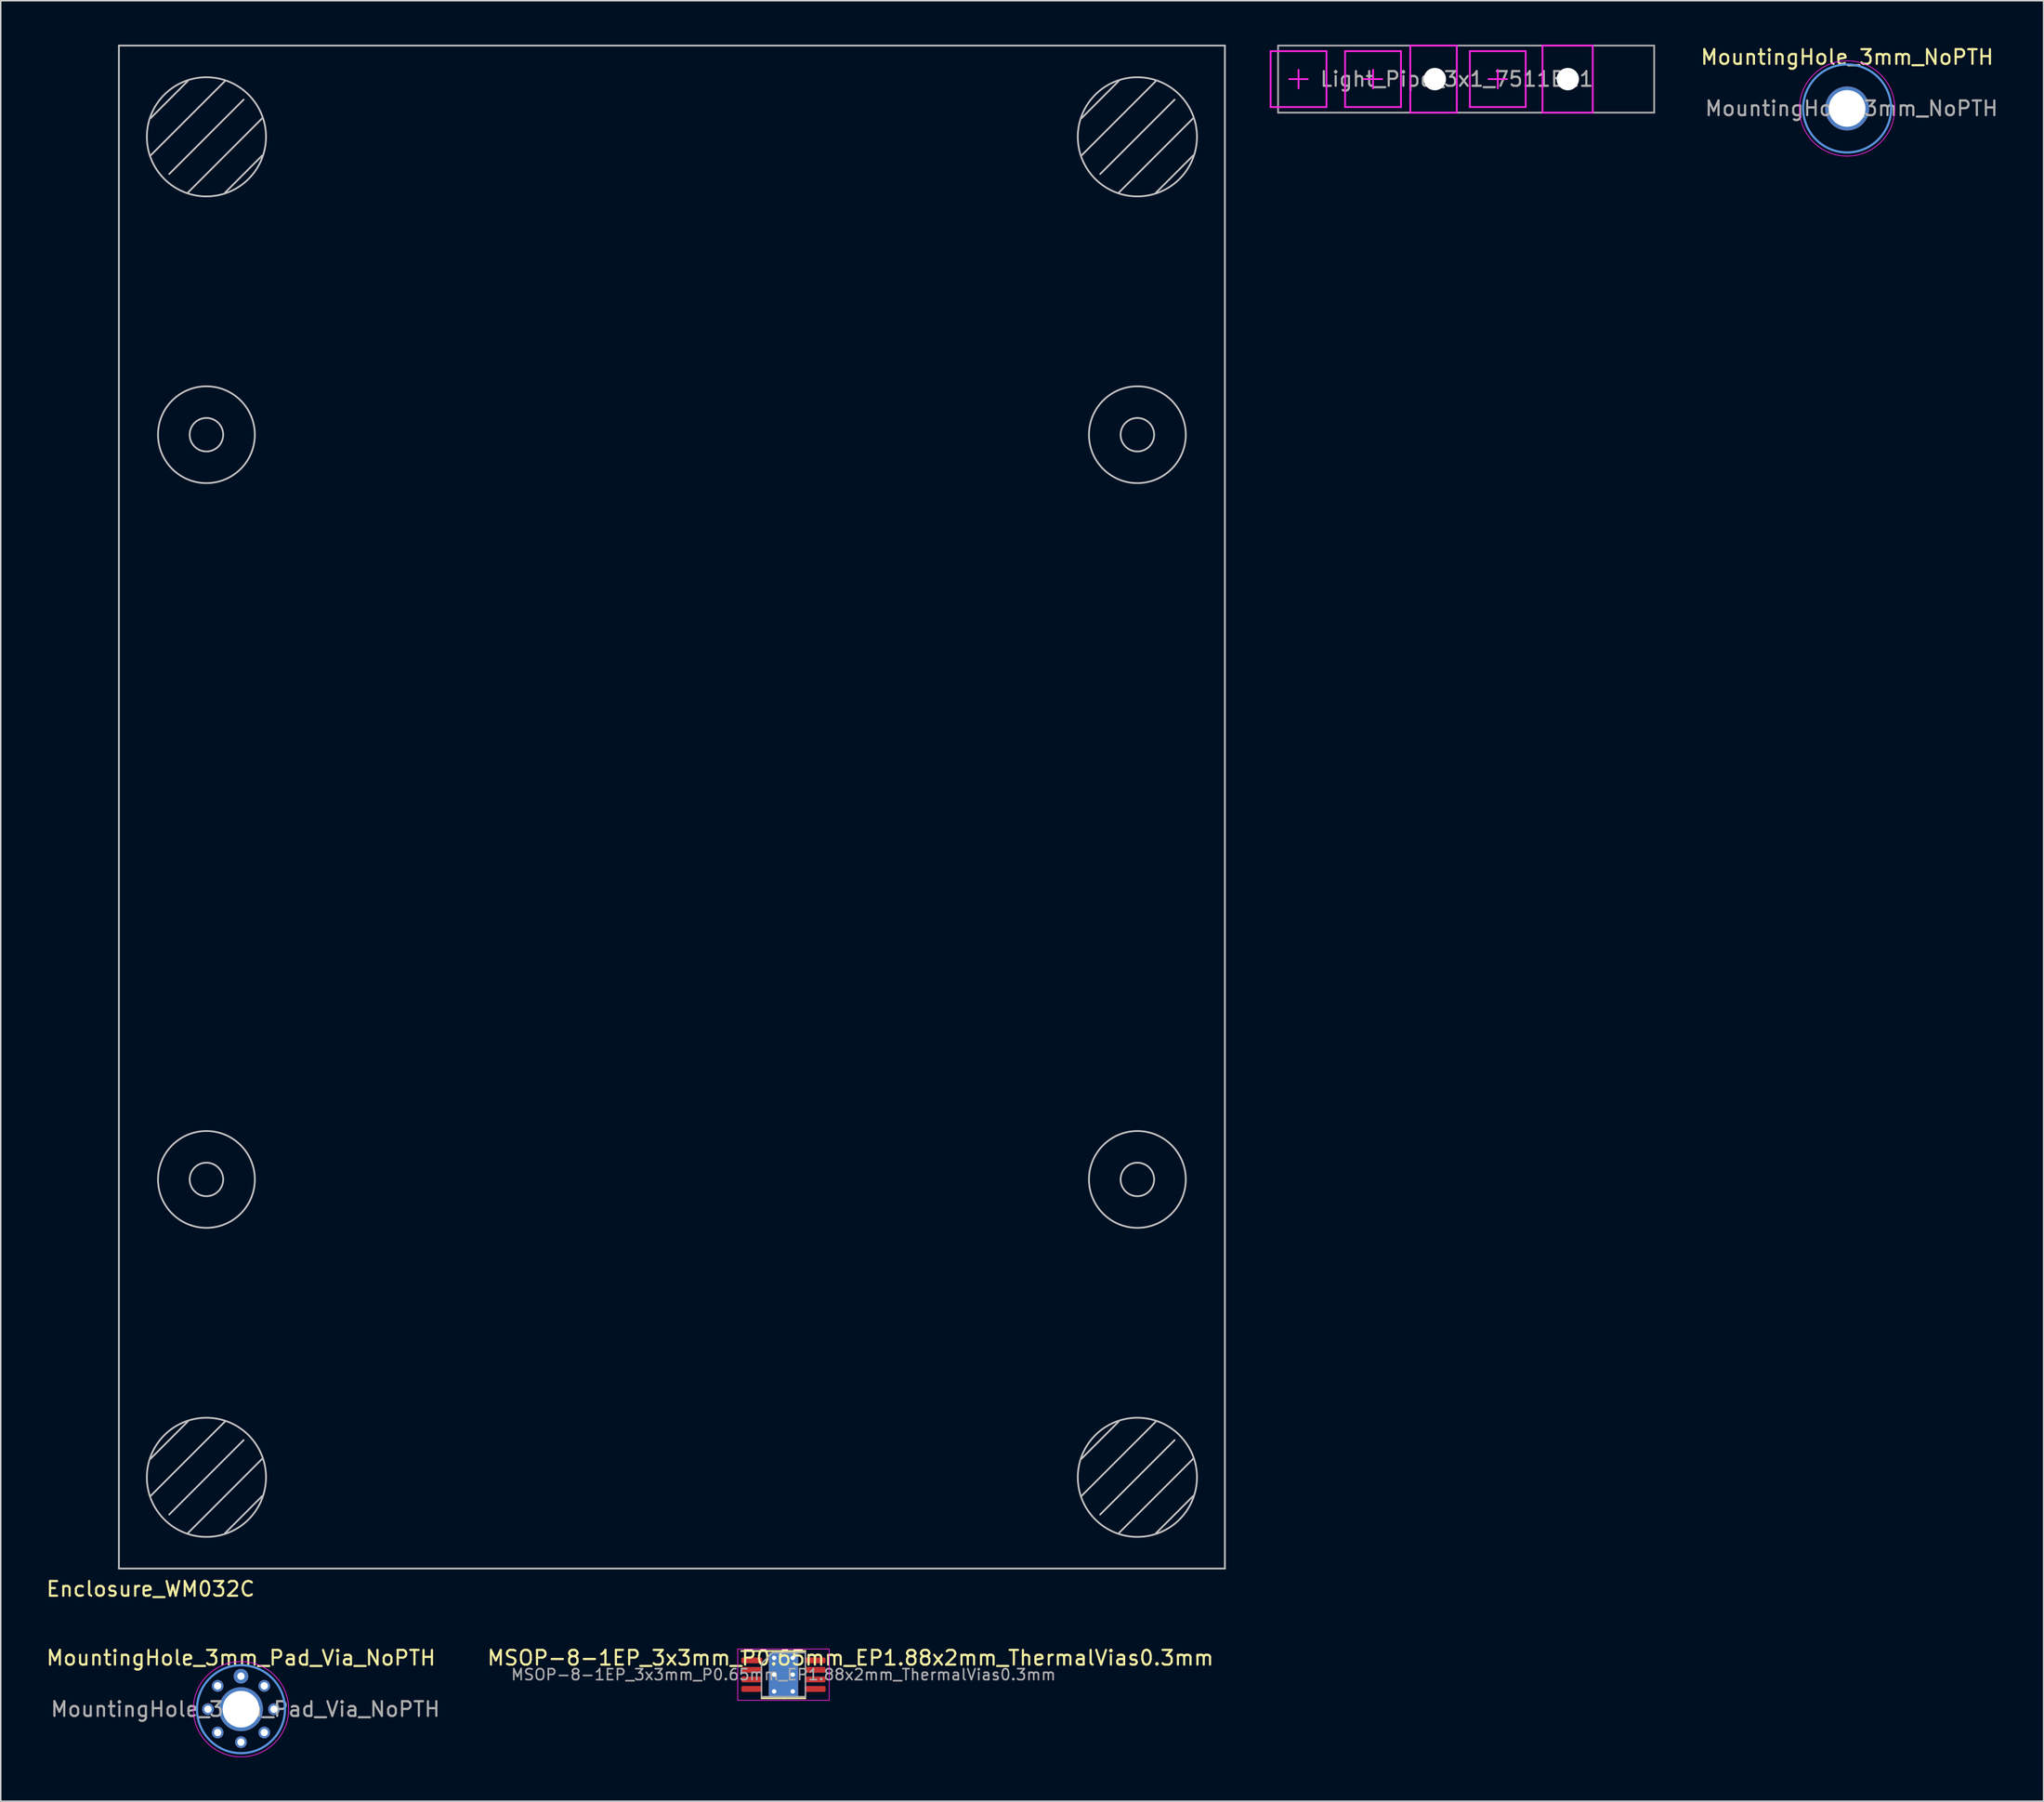
<source format=kicad_pcb>
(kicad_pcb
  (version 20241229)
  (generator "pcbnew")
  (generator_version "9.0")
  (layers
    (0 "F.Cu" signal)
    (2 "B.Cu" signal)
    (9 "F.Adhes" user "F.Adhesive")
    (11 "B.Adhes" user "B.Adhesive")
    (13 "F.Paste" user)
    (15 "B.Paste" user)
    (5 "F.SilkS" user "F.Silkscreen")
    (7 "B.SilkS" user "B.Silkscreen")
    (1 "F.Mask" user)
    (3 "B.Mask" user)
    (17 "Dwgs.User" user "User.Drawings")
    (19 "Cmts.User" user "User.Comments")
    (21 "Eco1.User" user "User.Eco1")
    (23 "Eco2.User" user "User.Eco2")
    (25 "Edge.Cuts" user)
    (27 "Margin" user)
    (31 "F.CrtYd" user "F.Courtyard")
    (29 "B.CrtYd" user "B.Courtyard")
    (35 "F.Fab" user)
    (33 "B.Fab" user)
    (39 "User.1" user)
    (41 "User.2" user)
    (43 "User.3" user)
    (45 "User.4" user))
  (footprint "Light_Pipe_3x1_7511B11"
    (layer "F.Cu")
    (at 90.604 2.346)
    (property "Reference" "Light_Pipe_3x1_7511B11" (at 5.715 0 0) (layer "F.Fab") (effects (font (size 1 1) (thickness 0.15))))
    (attr through_hole)
    (fp_line (start -6.985 -1.905) (end -6.985 1.905) (stroke (width 0.12) (type solid)) (layer "F.CrtYd"))
    (fp_line (start -6.985 1.905) (end -3.175 1.905) (stroke (width 0.12) (type solid)) (layer "F.CrtYd"))
    (fp_line (start -5.715 0) (end -4.445 0) (stroke (width 0.12) (type solid)) (layer "F.CrtYd"))
    (fp_line (start -5.08 -0.635) (end -5.08 0.635) (stroke (width 0.12) (type solid)) (layer "F.CrtYd"))
    (fp_line (start -3.175 -1.905) (end -6.985 -1.905) (stroke (width 0.12) (type solid)) (layer "F.CrtYd"))
    (fp_line (start -3.175 1.905) (end -3.175 -1.905) (stroke (width 0.12) (type solid)) (layer "F.CrtYd"))
    (fp_line (start -1.905 -1.905) (end 1.905 -1.905) (stroke (width 0.12) (type solid)) (layer "F.CrtYd"))
    (fp_line (start -1.905 1.905) (end -1.905 -1.905) (stroke (width 0.12) (type solid)) (layer "F.CrtYd"))
    (fp_line (start -0.635 0) (end 0.635 0) (stroke (width 0.12) (type solid)) (layer "F.CrtYd"))
    (fp_line (start 0 -0.635) (end 0 0.635) (stroke (width 0.12) (type solid)) (layer "F.CrtYd"))
    (fp_line (start 1.905 -1.905) (end 1.905 1.905) (stroke (width 0.12) (type solid)) (layer "F.CrtYd"))
    (fp_line (start 1.905 1.905) (end -1.905 1.905) (stroke (width 0.12) (type solid)) (layer "F.CrtYd"))
    (fp_line (start 2.54 -2.286) (end 5.715 -2.286) (stroke (width 0.12) (type solid)) (layer "F.CrtYd"))
    (fp_line (start 2.54 2.286) (end 2.54 -2.286) (stroke (width 0.12) (type solid)) (layer "F.CrtYd"))
    (fp_line (start 5.715 -2.286) (end 5.715 2.286) (stroke (width 0.12) (type solid)) (layer "F.CrtYd"))
    (fp_line (start 5.715 2.286) (end 2.54 2.286) (stroke (width 0.12) (type solid)) (layer "F.CrtYd"))
    (fp_line (start 6.604 -1.905) (end 10.414 -1.905) (stroke (width 0.12) (type solid)) (layer "F.CrtYd"))
    (fp_line (start 6.604 1.905) (end 6.604 -1.905) (stroke (width 0.12) (type solid)) (layer "F.CrtYd"))
    (fp_line (start 7.874 0) (end 9.144 0) (stroke (width 0.12) (type solid)) (layer "F.CrtYd"))
    (fp_line (start 8.509 -0.635) (end 8.509 0.635) (stroke (width 0.12) (type solid)) (layer "F.CrtYd"))
    (fp_line (start 10.414 -1.905) (end 10.414 1.905) (stroke (width 0.12) (type solid)) (layer "F.CrtYd"))
    (fp_line (start 10.414 1.905) (end 6.604 1.905) (stroke (width 0.12) (type solid)) (layer "F.CrtYd"))
    (fp_line (start 11.557 -2.286) (end 14.986 -2.286) (stroke (width 0.12) (type solid)) (layer "F.CrtYd"))
    (fp_line (start 11.557 2.286) (end 11.557 -2.286) (stroke (width 0.12) (type solid)) (layer "F.CrtYd"))
    (fp_line (start 14.986 -2.286) (end 14.986 2.286) (stroke (width 0.12) (type solid)) (layer "F.CrtYd"))
    (fp_line (start 14.986 2.286) (end 11.557 2.286) (stroke (width 0.12) (type solid)) (layer "F.CrtYd"))
    (fp_line (start -6.477 -2.286) (end 19.177 -2.286) (stroke (width 0.12) (type solid)) (layer "F.Fab"))
    (fp_line (start -6.477 2.286) (end -6.477 -2.286) (stroke (width 0.12) (type solid)) (layer "F.Fab"))
    (fp_line (start -6.477 2.286) (end 19.177 2.286) (stroke (width 0.12) (type solid)) (layer "F.Fab"))
    (fp_line (start 19.177 -2.286) (end 19.177 2.286) (stroke (width 0.12) (type solid)) (layer "F.Fab"))
    (pad "" np_thru_hole circle (at 4.216 0) (size 1.524 1.524) (drill 1.524) (layers "*.Cu" "*.Mask"))
    (pad "" np_thru_hole circle (at 13.284 0) (size 1.524 1.524) (drill 1.524) (layers "*.Cu" "*.Mask")))
  (footprint "MountingHole_3mm_NoPTH"
    (layer "F.Cu")
    (at 122.942 4.348)
    (property "Reference" "MountingHole_3mm_NoPTH" (at 0 -3.5 0) (layer "F.SilkS") (effects (font (size 1 1) (thickness 0.15))))
    (attr exclude_from_pos_files exclude_from_bom)
    (fp_circle (center 0 0) (end 3 0) (stroke (width 0.15) (type solid)) (fill no) (layer "Cmts.User"))
    (fp_circle (center 0 0) (end 3.25 0) (stroke (width 0.05) (type solid)) (fill no) (layer "F.CrtYd"))
    (fp_text user "${REFERENCE}" (at 0.3 0 0) (layer "F.Fab") (effects (font (size 1 1) (thickness 0.15))))
    (pad "" np_thru_hole circle (at 0 0) (size 3 3) (drill 2.5) (layers "*.Cu" "*.Mask")))
  (footprint "Enclosure_WM032C"
    (layer "F.Cu")
    (at 42.78 52.003)
    (property "Reference" "Enclosure_WM032C" (at -35.56 53.34 0) (layer "F.SilkS") (effects (font (size 1 1) (thickness 0.15))))
    (attr through_hole)
    (fp_line (start -37.719 51.943) (end -37.719 -51.943) (stroke (width 0.12) (type solid)) (layer "Dwgs.User"))
    (fp_line (start -37.719 51.943) (end 37.719 51.943) (stroke (width 0.12) (type solid)) (layer "Dwgs.User"))
    (fp_line (start -35.56 -46.99) (end -33.02 -49.53) (stroke (width 0.12) (type solid)) (layer "Dwgs.User"))
    (fp_line (start -35.56 -44.45) (end -30.48 -49.53) (stroke (width 0.12) (type solid)) (layer "Dwgs.User"))
    (fp_line (start -35.56 44.45) (end -33.02 41.91) (stroke (width 0.12) (type solid)) (layer "Dwgs.User"))
    (fp_line (start -35.56 46.99) (end -30.48 41.91) (stroke (width 0.12) (type solid)) (layer "Dwgs.User"))
    (fp_line (start -34.29 -43.18) (end -29.21 -48.26) (stroke (width 0.12) (type solid)) (layer "Dwgs.User"))
    (fp_line (start -34.29 48.26) (end -29.21 43.18) (stroke (width 0.12) (type solid)) (layer "Dwgs.User"))
    (fp_line (start -33.02 -41.91) (end -27.94 -46.99) (stroke (width 0.12) (type solid)) (layer "Dwgs.User"))
    (fp_line (start -33.02 49.53) (end -27.94 44.45) (stroke (width 0.12) (type solid)) (layer "Dwgs.User"))
    (fp_line (start -30.48 -41.91) (end -27.94 -44.45) (stroke (width 0.12) (type solid)) (layer "Dwgs.User"))
    (fp_line (start -30.48 49.53) (end -27.94 46.99) (stroke (width 0.12) (type solid)) (layer "Dwgs.User"))
    (fp_line (start 27.94 -46.99) (end 30.48 -49.53) (stroke (width 0.12) (type solid)) (layer "Dwgs.User"))
    (fp_line (start 27.94 -44.45) (end 33.02 -49.53) (stroke (width 0.12) (type solid)) (layer "Dwgs.User"))
    (fp_line (start 27.94 44.45) (end 30.48 41.91) (stroke (width 0.12) (type solid)) (layer "Dwgs.User"))
    (fp_line (start 27.94 46.99) (end 33.02 41.91) (stroke (width 0.12) (type solid)) (layer "Dwgs.User"))
    (fp_line (start 29.21 -43.18) (end 34.29 -48.26) (stroke (width 0.12) (type solid)) (layer "Dwgs.User"))
    (fp_line (start 29.21 48.26) (end 34.29 43.18) (stroke (width 0.12) (type solid)) (layer "Dwgs.User"))
    (fp_line (start 30.48 -41.91) (end 35.56 -46.99) (stroke (width 0.12) (type solid)) (layer "Dwgs.User"))
    (fp_line (start 30.48 49.53) (end 35.56 44.45) (stroke (width 0.12) (type solid)) (layer "Dwgs.User"))
    (fp_line (start 33.02 -41.91) (end 35.56 -44.45) (stroke (width 0.12) (type solid)) (layer "Dwgs.User"))
    (fp_line (start 33.02 49.53) (end 35.56 46.99) (stroke (width 0.12) (type solid)) (layer "Dwgs.User"))
    (fp_line (start 37.719 -51.943) (end -37.719 -51.943) (stroke (width 0.12) (type solid)) (layer "Dwgs.User"))
    (fp_line (start 37.719 -51.943) (end 37.719 51.943) (stroke (width 0.12) (type solid)) (layer "Dwgs.User"))
    (fp_circle (center -31.75 -45.72) (end -27.686 -45.72) (stroke (width 0.12) (type solid)) (fill no) (layer "Dwgs.User"))
    (fp_circle (center -31.75 -25.4) (end -30.607 -25.4) (stroke (width 0.12) (type solid)) (fill no) (layer "Dwgs.User"))
    (fp_circle (center -31.75 -25.4) (end -28.448 -25.4) (stroke (width 0.12) (type solid)) (fill no) (layer "Dwgs.User"))
    (fp_circle (center -31.75 25.4) (end -30.607 25.4) (stroke (width 0.12) (type solid)) (fill no) (layer "Dwgs.User"))
    (fp_circle (center -31.75 25.4) (end -28.448 25.4) (stroke (width 0.12) (type solid)) (fill no) (layer "Dwgs.User"))
    (fp_circle (center -31.75 45.72) (end -27.686 45.72) (stroke (width 0.12) (type solid)) (fill no) (layer "Dwgs.User"))
    (fp_circle (center 31.75 -45.72) (end 35.814 -45.72) (stroke (width 0.12) (type solid)) (fill no) (layer "Dwgs.User"))
    (fp_circle (center 31.75 -25.4) (end 32.893 -25.4) (stroke (width 0.12) (type solid)) (fill no) (layer "Dwgs.User"))
    (fp_circle (center 31.75 -25.4) (end 35.052 -25.4) (stroke (width 0.12) (type solid)) (fill no) (layer "Dwgs.User"))
    (fp_circle (center 31.75 25.4) (end 32.893 25.4) (stroke (width 0.12) (type solid)) (fill no) (layer "Dwgs.User"))
    (fp_circle (center 31.75 25.4) (end 35.052 25.4) (stroke (width 0.12) (type solid)) (fill no) (layer "Dwgs.User"))
    (fp_circle (center 31.75 45.72) (end 35.814 45.72) (stroke (width 0.12) (type solid)) (fill no) (layer "Dwgs.User")))
  (footprint "MSOP-8-1EP_3x3mm_P0.65mm_EP1.88x2mm_ThermalVias0.3mm"
    (layer "F.Cu")
    (at 50.389 111.183)
    (property "Reference" "MSOP-8-1EP_3x3mm_P0.65mm_EP1.88x2mm_ThermalVias0.3mm" (at 4.572 -1.143 180) (layer "F.SilkS") (effects (font (size 1 1) (thickness 0.15))))
    (attr smd)
    (fp_line (start 0 -1.61) (end -2.875 -1.61) (stroke (width 0.12) (type solid)) (layer "F.SilkS"))
    (fp_line (start 0 -1.61) (end 1.5 -1.61) (stroke (width 0.12) (type solid)) (layer "F.SilkS"))
    (fp_line (start 0 1.61) (end -1.5 1.61) (stroke (width 0.12) (type solid)) (layer "F.SilkS"))
    (fp_line (start 0 1.61) (end 1.5 1.61) (stroke (width 0.12) (type solid)) (layer "F.SilkS"))
    (fp_line (start -3.12 -1.75) (end -3.12 1.75) (stroke (width 0.05) (type solid)) (layer "F.CrtYd"))
    (fp_line (start -3.12 1.75) (end 3.12 1.75) (stroke (width 0.05) (type solid)) (layer "F.CrtYd"))
    (fp_line (start 3.12 -1.75) (end -3.12 -1.75) (stroke (width 0.05) (type solid)) (layer "F.CrtYd"))
    (fp_line (start 3.12 1.75) (end 3.12 -1.75) (stroke (width 0.05) (type solid)) (layer "F.CrtYd"))
    (fp_line (start -1.5 -0.75) (end -0.75 -1.5) (stroke (width 0.1) (type solid)) (layer "F.Fab"))
    (fp_line (start -1.5 1.5) (end -1.5 -0.75) (stroke (width 0.1) (type solid)) (layer "F.Fab"))
    (fp_line (start -0.75 -1.5) (end 1.5 -1.5) (stroke (width 0.1) (type solid)) (layer "F.Fab"))
    (fp_line (start 1.5 -1.5) (end 1.5 1.5) (stroke (width 0.1) (type solid)) (layer "F.Fab"))
    (fp_line (start 1.5 1.5) (end -1.5 1.5) (stroke (width 0.1) (type solid)) (layer "F.Fab"))
    (fp_text user "${REFERENCE}" (at 0 0 180) (layer "F.Fab") (effects (font (size 0.75 0.75) (thickness 0.11))))
    (pad "" smd roundrect (at -0.43 -0.46) (size 0.72 0.77) (layers "F.Paste") (roundrect_rratio 0.25))
    (pad "" smd roundrect (at -0.43 0.46) (size 0.72 0.77) (layers "F.Paste") (roundrect_rratio 0.25))
    (pad "" smd roundrect (at 0.43 -0.46) (size 0.72 0.77) (layers "F.Paste") (roundrect_rratio 0.25))
    (pad "" smd roundrect (at 0.43 0.46) (size 0.72 0.77) (layers "F.Paste") (roundrect_rratio 0.25))
    (pad "1" smd roundrect (at -2.163 -0.975) (size 1.425 0.4) (layers "F.Cu" "F.Mask" "F.Paste") (roundrect_rratio 0.25))
    (pad "2" smd roundrect (at -2.163 -0.325) (size 1.425 0.4) (layers "F.Cu" "F.Mask" "F.Paste") (roundrect_rratio 0.25))
    (pad "3" smd roundrect (at -2.163 0.325) (size 1.425 0.4) (layers "F.Cu" "F.Mask" "F.Paste") (roundrect_rratio 0.25))
    (pad "4" smd roundrect (at -2.163 0.975) (size 1.425 0.4) (layers "F.Cu" "F.Mask" "F.Paste") (roundrect_rratio 0.25))
    (pad "5" smd roundrect (at 2.163 0.975) (size 1.425 0.4) (layers "F.Cu" "F.Mask" "F.Paste") (roundrect_rratio 0.25))
    (pad "6" smd roundrect (at 2.163 0.325) (size 1.425 0.4) (layers "F.Cu" "F.Mask" "F.Paste") (roundrect_rratio 0.25))
    (pad "7" smd roundrect (at 2.163 -0.325) (size 1.425 0.4) (layers "F.Cu" "F.Mask" "F.Paste") (roundrect_rratio 0.25))
    (pad "8" smd roundrect (at 2.163 -0.975) (size 1.425 0.4) (layers "F.Cu" "F.Mask" "F.Paste") (roundrect_rratio 0.25))
    (pad "9" thru_hole circle (at -0.635 -1.143) (size 0.5 0.5) (drill 0.305) (layers "*.Cu"))
    (pad "9" thru_hole circle (at -0.635 0) (size 0.5 0.5) (drill 0.305) (layers "*.Cu"))
    (pad "9" thru_hole circle (at -0.635 1.143) (size 0.5 0.5) (drill 0.305) (layers "*.Cu"))
    (pad "9" smd rect (at 0 0) (size 1.88 2) (layers "F.Cu" "F.Mask"))
    (pad "9" smd rect (at 0 0) (size 2 3) (layers "F.Cu"))
    (pad "9" smd rect (at 0 0) (size 2 3) (layers "B.Cu"))
    (pad "9" thru_hole circle (at 0.635 -1.143) (size 0.5 0.5) (drill 0.305) (layers "*.Cu"))
    (pad "9" thru_hole circle (at 0.635 0) (size 0.5 0.5) (drill 0.305) (layers "*.Cu"))
    (pad "9" thru_hole circle (at 0.635 1.143) (size 0.5 0.5) (drill 0.305) (layers "*.Cu")))
  (footprint "MountingHole_3mm_Pad_Via_NoPTH"
    (layer "F.Cu")
    (at 13.387 113.54)
    (property "Reference" "MountingHole_3mm_Pad_Via_NoPTH" (at 0 -3.5 0) (layer "F.SilkS") (effects (font (size 1 1) (thickness 0.15))))
    (attr exclude_from_pos_files exclude_from_bom)
    (fp_circle (center 0 0) (end 3 0) (stroke (width 0.15) (type solid)) (fill no) (layer "Cmts.User"))
    (fp_circle (center 0 0) (end 3.25 0) (stroke (width 0.05) (type solid)) (fill no) (layer "F.CrtYd"))
    (fp_text user "${REFERENCE}" (at 0.3 0 0) (layer "F.Fab") (effects (font (size 1 1) (thickness 0.15))))
    (pad "" np_thru_hole circle (at 0 0) (size 3 3) (drill 2.5) (layers "*.Cu" "*.Mask"))
    (pad "1" thru_hole circle (at -2.25 0) (size 0.8 0.8) (drill 0.5) (layers "*.Cu" "*.Mask"))
    (pad "1" thru_hole circle (at -1.59 -1.59) (size 0.8 0.8) (drill 0.5) (layers "*.Cu" "*.Mask"))
    (pad "1" thru_hole circle (at -1.59 1.59) (size 0.8 0.8) (drill 0.5) (layers "*.Cu" "*.Mask"))
    (pad "1" smd custom (at 0 -2.25) (size 0.25 0.25) (layers "F.Cu" "F.Mask") (options (anchor circle)) (primitives (gr_arc (start 0 0) (mid 0 4.5) (end 0 0) (width 1))))
    (pad "1" smd custom (at 0 -2.25) (size 0.25 0.25) (layers "B.Cu" "B.Mask") (options (anchor circle)) (primitives (gr_arc (start 0 0) (mid 0 4.5) (end 0 0) (width 1))))
    (pad "1" thru_hole circle (at 0 -2.25) (size 0.8 0.8) (drill 0.5) (layers "*.Cu" "*.Mask"))
    (pad "1" thru_hole circle (at 0 2.25) (size 0.8 0.8) (drill 0.5) (layers "*.Cu" "*.Mask"))
    (pad "1" thru_hole circle (at 1.59 -1.59) (size 0.8 0.8) (drill 0.5) (layers "*.Cu" "*.Mask"))
    (pad "1" thru_hole circle (at 1.59 1.59) (size 0.8 0.8) (drill 0.5) (layers "*.Cu" "*.Mask"))
    (pad "1" thru_hole circle (at 2.25 0) (size 0.8 0.8) (drill 0.5) (layers "*.Cu" "*.Mask")))
  (gr_rect
    (start -3 -3)
    (end 136.344 119.814)
    (stroke (width 0.1) (type default))
    (fill no)
    (layer "Edge.Cuts")))
</source>
